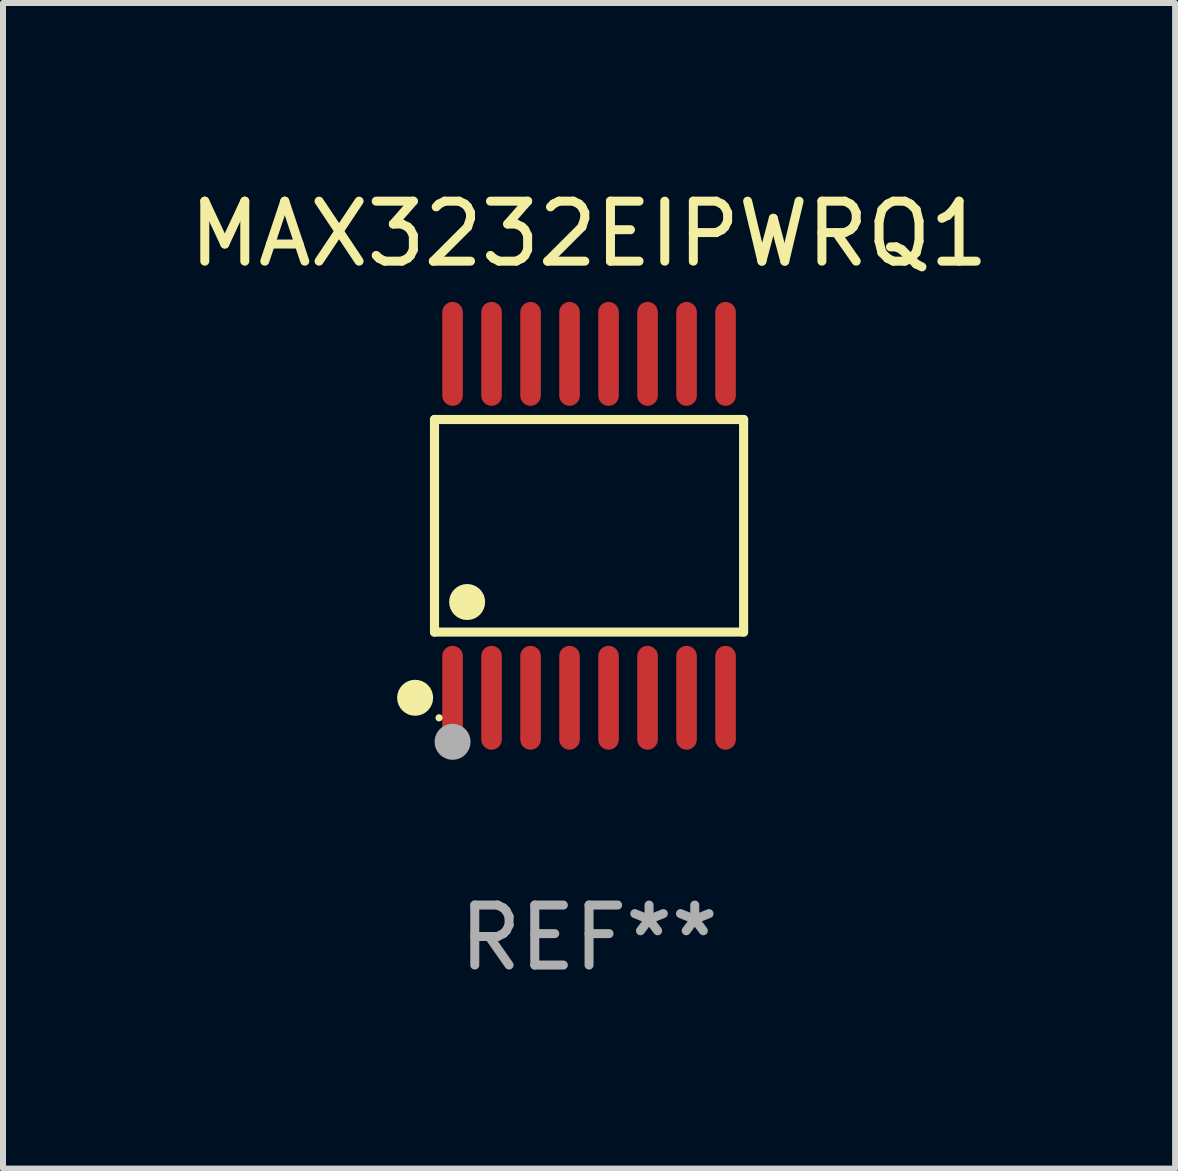
<source format=kicad_pcb>
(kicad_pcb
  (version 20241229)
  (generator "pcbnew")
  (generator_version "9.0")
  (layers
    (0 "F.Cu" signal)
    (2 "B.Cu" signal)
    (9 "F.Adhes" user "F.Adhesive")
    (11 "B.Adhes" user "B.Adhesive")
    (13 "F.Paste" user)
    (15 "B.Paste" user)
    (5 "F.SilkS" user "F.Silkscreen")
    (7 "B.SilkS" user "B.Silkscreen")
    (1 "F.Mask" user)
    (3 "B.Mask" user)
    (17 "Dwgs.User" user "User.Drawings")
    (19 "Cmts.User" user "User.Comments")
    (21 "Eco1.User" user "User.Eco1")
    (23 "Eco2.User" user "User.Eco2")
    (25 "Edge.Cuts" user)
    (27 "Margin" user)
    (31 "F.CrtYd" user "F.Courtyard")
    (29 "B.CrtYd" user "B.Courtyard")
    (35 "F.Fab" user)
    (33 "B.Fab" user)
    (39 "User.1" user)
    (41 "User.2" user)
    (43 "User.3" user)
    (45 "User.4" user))
  (footprint "MAX3232EIPWRQ1"
    (layer "F.Cu")
    (at 6.768 5.714)
    (property "Reference" "MAX3232EIPWRQ1" (at 0 -4.866 0) (layer "F.SilkS") (effects (font (size 1 1) (thickness 0.15))))
    (attr through_hole)
    (fp_line (start -2.576 -1.772) (end 2.576 -1.772) (stroke (width 0.152) (type solid)) (layer "F.SilkS"))
    (fp_line (start -2.576 1.771) (end -2.576 -1.772) (stroke (width 0.152) (type solid)) (layer "F.SilkS"))
    (fp_line (start 2.576 -1.772) (end 2.576 1.771) (stroke (width 0.152) (type solid)) (layer "F.SilkS"))
    (fp_line (start 2.576 1.771) (end -2.576 1.771) (stroke (width 0.152) (type solid)) (layer "F.SilkS"))
    (fp_circle (center -2.899 2.866) (end -2.749 2.866) (stroke (width 0.3) (type solid)) (fill no) (layer "F.SilkS"))
    (fp_circle (center -2.5 3.2) (end -2.47 3.2) (stroke (width 0.06) (type solid)) (fill no) (layer "F.SilkS"))
    (fp_circle (center -2.032 1.27) (end -1.882 1.27) (stroke (width 0.3) (type solid)) (fill no) (layer "F.SilkS"))
    (fp_circle (center -2.275 3.6) (end -2.125 3.6) (stroke (width 0.3) (type solid)) (fill no) (layer "F.Fab"))
    (fp_text user "REF**" (at 0 6.866 0) (layer "F.Fab") (effects (font (size 1 1) (thickness 0.15))))
    (pad "1" smd oval (at -2.275 2.866) (size 0.343 1.731) (layers "F.Cu" "F.Mask" "F.Paste"))
    (pad "2" smd oval (at -1.625 2.866) (size 0.343 1.731) (layers "F.Cu" "F.Mask" "F.Paste"))
    (pad "3" smd oval (at -0.975 2.866) (size 0.343 1.731) (layers "F.Cu" "F.Mask" "F.Paste"))
    (pad "4" smd oval (at -0.325 2.866) (size 0.343 1.731) (layers "F.Cu" "F.Mask" "F.Paste"))
    (pad "5" smd oval (at 0.325 2.866) (size 0.343 1.731) (layers "F.Cu" "F.Mask" "F.Paste"))
    (pad "6" smd oval (at 0.975 2.866) (size 0.343 1.731) (layers "F.Cu" "F.Mask" "F.Paste"))
    (pad "7" smd oval (at 1.625 2.866) (size 0.343 1.731) (layers "F.Cu" "F.Mask" "F.Paste"))
    (pad "8" smd oval (at 2.275 2.866) (size 0.343 1.731) (layers "F.Cu" "F.Mask" "F.Paste"))
    (pad "9" smd oval (at 2.275 -2.866) (size 0.343 1.731) (layers "F.Cu" "F.Mask" "F.Paste"))
    (pad "10" smd oval (at 1.625 -2.866) (size 0.343 1.731) (layers "F.Cu" "F.Mask" "F.Paste"))
    (pad "11" smd oval (at 0.975 -2.866) (size 0.343 1.731) (layers "F.Cu" "F.Mask" "F.Paste"))
    (pad "12" smd oval (at 0.325 -2.866) (size 0.343 1.731) (layers "F.Cu" "F.Mask" "F.Paste"))
    (pad "13" smd oval (at -0.325 -2.866) (size 0.343 1.731) (layers "F.Cu" "F.Mask" "F.Paste"))
    (pad "14" smd oval (at -0.975 -2.866) (size 0.343 1.731) (layers "F.Cu" "F.Mask" "F.Paste"))
    (pad "15" smd oval (at -1.625 -2.866) (size 0.343 1.731) (layers "F.Cu" "F.Mask" "F.Paste"))
    (pad "16" smd oval (at -2.275 -2.866) (size 0.343 1.731) (layers "F.Cu" "F.Mask" "F.Paste")))
  (gr_rect
    (start -3 -3)
    (end 16.536 16.428)
    (stroke (width 0.1) (type default))
    (fill no)
    (layer "Edge.Cuts")))
</source>
